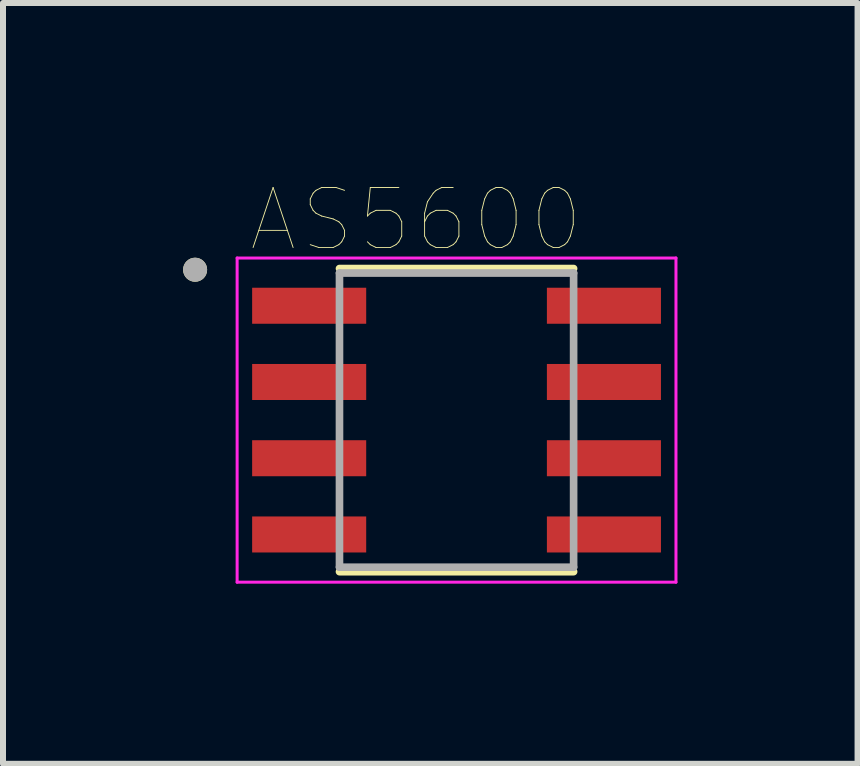
<source format=kicad_pcb>
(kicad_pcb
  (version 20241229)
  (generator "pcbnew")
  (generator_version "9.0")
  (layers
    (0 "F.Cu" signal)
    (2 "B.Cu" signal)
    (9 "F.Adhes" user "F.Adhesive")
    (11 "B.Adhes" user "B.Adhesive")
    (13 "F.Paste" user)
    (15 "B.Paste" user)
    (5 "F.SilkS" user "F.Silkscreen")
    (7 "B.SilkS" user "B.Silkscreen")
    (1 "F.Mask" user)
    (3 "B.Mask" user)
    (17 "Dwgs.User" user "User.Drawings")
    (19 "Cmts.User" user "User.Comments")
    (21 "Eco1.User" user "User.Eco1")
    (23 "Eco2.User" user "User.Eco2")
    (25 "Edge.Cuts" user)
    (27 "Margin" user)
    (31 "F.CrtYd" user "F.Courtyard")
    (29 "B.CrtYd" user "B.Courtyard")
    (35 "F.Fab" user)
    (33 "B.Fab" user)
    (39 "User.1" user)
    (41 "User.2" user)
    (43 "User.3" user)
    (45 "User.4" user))
  (footprint "AS5600"
    (layer "F.Cu")
    (at 4.555 3.948)
    (property "Reference" "AS5600" (at -0.675 -3.337 0) (layer "F.SilkS") (effects (font (size 1 1) (thickness 0.015))))
    (attr through_hole)
    (fp_line (start -1.95 -2.525) (end 1.95 -2.525) (stroke (width 0.127) (type solid)) (layer "F.SilkS"))
    (fp_line (start -1.95 2.525) (end 1.95 2.525) (stroke (width 0.127) (type solid)) (layer "F.SilkS"))
    (fp_circle (center -4.355 -2.505) (end -4.255 -2.505) (stroke (width 0.2) (type solid)) (fill no) (layer "F.SilkS"))
    (fp_line (start -3.655 -2.7) (end -3.655 2.7) (stroke (width 0.05) (type solid)) (layer "F.CrtYd"))
    (fp_line (start -3.655 -2.7) (end 3.655 -2.7) (stroke (width 0.05) (type solid)) (layer "F.CrtYd"))
    (fp_line (start -3.655 2.7) (end 3.655 2.7) (stroke (width 0.05) (type solid)) (layer "F.CrtYd"))
    (fp_line (start 3.655 -2.7) (end 3.655 2.7) (stroke (width 0.05) (type solid)) (layer "F.CrtYd"))
    (fp_line (start -1.95 -2.45) (end -1.95 2.45) (stroke (width 0.127) (type solid)) (layer "F.Fab"))
    (fp_line (start -1.95 -2.45) (end 1.95 -2.45) (stroke (width 0.127) (type solid)) (layer "F.Fab"))
    (fp_line (start -1.95 2.45) (end 1.95 2.45) (stroke (width 0.127) (type solid)) (layer "F.Fab"))
    (fp_line (start 1.95 -2.45) (end 1.95 2.45) (stroke (width 0.127) (type solid)) (layer "F.Fab"))
    (fp_circle (center -4.355 -2.505) (end -4.255 -2.505) (stroke (width 0.2) (type solid)) (fill no) (layer "F.Fab"))
    (pad "1" smd rect (at -2.455 -1.905) (size 1.9 0.6) (layers "F.Cu" "F.Mask" "F.Paste"))
    (pad "2" smd rect (at -2.455 -0.635) (size 1.9 0.6) (layers "F.Cu" "F.Mask" "F.Paste"))
    (pad "3" smd rect (at -2.455 0.635) (size 1.9 0.6) (layers "F.Cu" "F.Mask" "F.Paste"))
    (pad "4" smd rect (at -2.455 1.905) (size 1.9 0.6) (layers "F.Cu" "F.Mask" "F.Paste"))
    (pad "5" smd rect (at 2.455 1.905) (size 1.9 0.6) (layers "F.Cu" "F.Mask" "F.Paste"))
    (pad "6" smd rect (at 2.455 0.635) (size 1.9 0.6) (layers "F.Cu" "F.Mask" "F.Paste"))
    (pad "7" smd rect (at 2.455 -0.635) (size 1.9 0.6) (layers "F.Cu" "F.Mask" "F.Paste"))
    (pad "8" smd rect (at 2.455 -1.905) (size 1.9 0.6) (layers "F.Cu" "F.Mask" "F.Paste")))
  (gr_rect
    (start -3 -3)
    (end 11.235 9.673)
    (stroke (width 0.1) (type default))
    (fill no)
    (layer "Edge.Cuts")))
</source>
